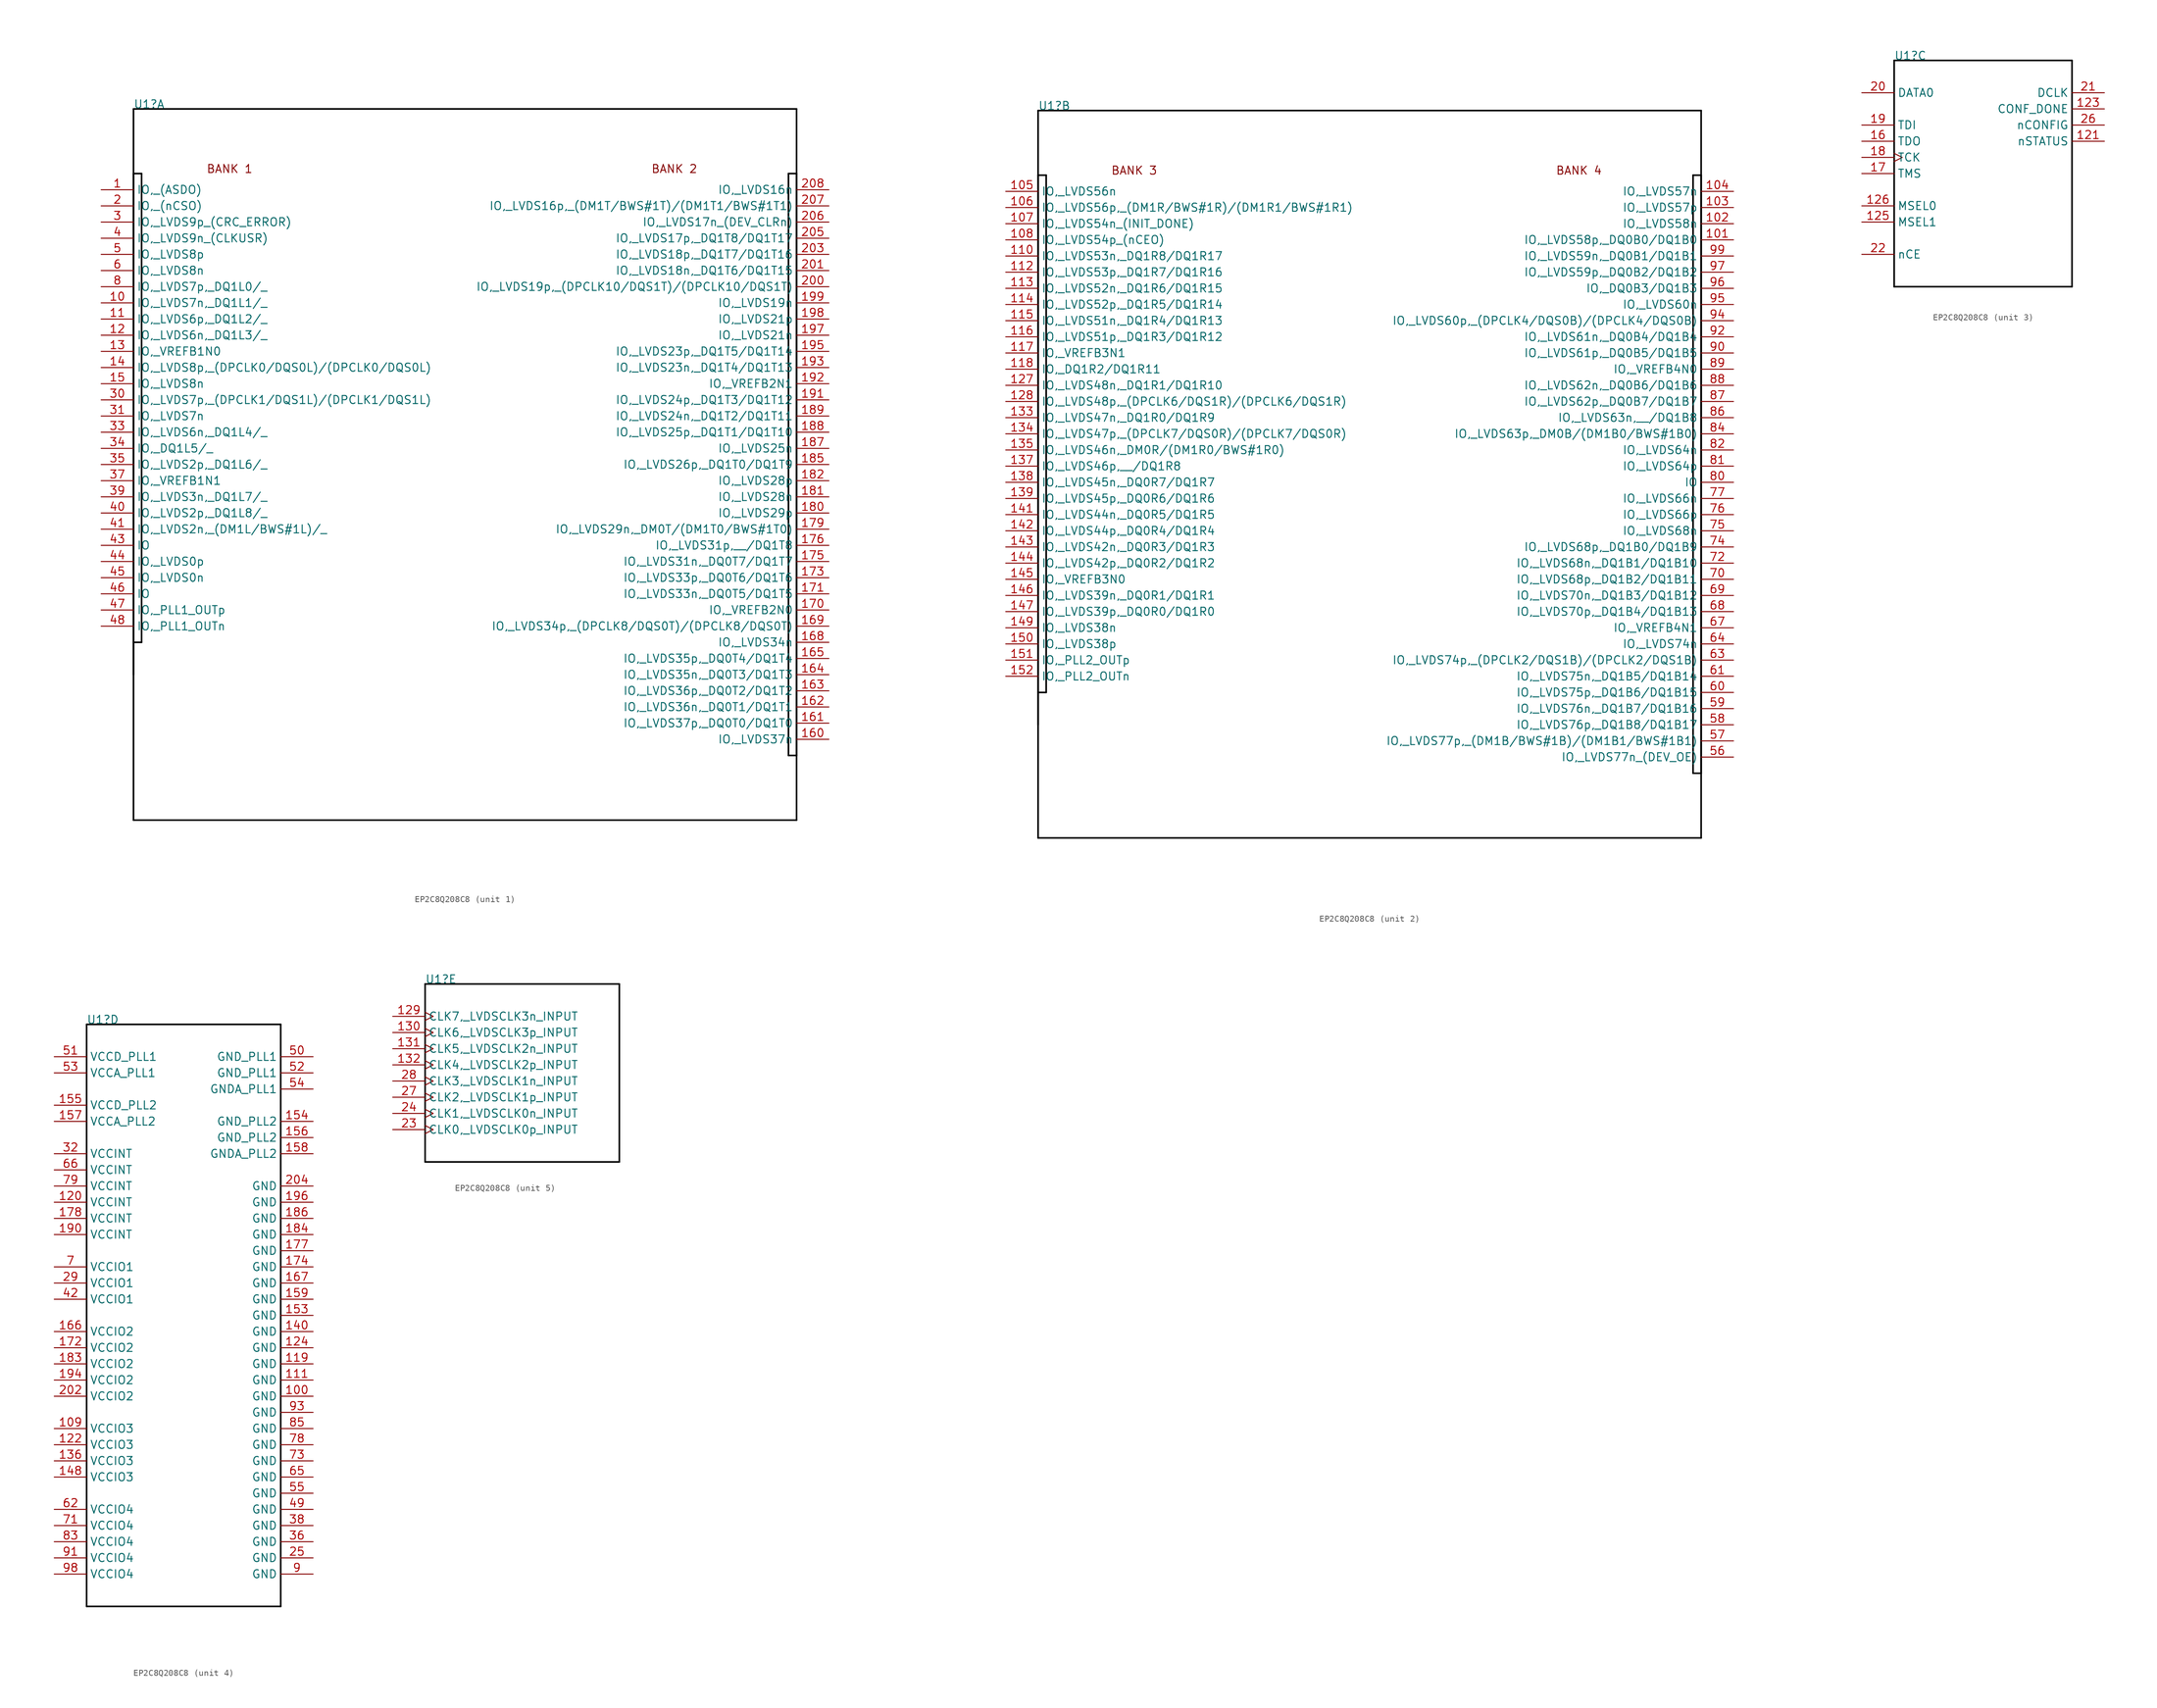
<source format=kicad_sym>
(kicad_symbol_lib
  (version 20220914)
  (generator kicad_symbol_editor)
  (symbol "EP2C8Q208C8"
    (property "Reference" "U1"
      (at 0 0 0)
      (effects (font (size 1.27 1.27)) (justify left bottom)))
    (symbol "EP2C8Q208C8_1_0"
      (polyline (pts (xy 0 -111.76) (xy 0 0)) (stroke (width 0.254) (type solid) (color 0 0 0 1)) (fill (type none)))
      (polyline (pts (xy 0 -111.76) (xy 104.14 -111.76)) (stroke (width 0.254) (type solid) (color 0 0 0 1)) (fill (type none)))
      (polyline (pts (xy 0 -88.9) (xy 0 -10.16)) (stroke (width 0.254) (type solid) (color 0 0 0 1)) (fill (type none)))
      (polyline (pts (xy 0 -83.82) (xy 1.27 -83.82)) (stroke (width 0.254) (type solid) (color 0 0 0 1)) (fill (type none)))
      (polyline (pts (xy 0 -10.16) (xy 1.27 -10.16)) (stroke (width 0.254) (type solid) (color 0 0 0 1)) (fill (type none)))
      (polyline (pts (xy 0 0) (xy 104.14 0)) (stroke (width 0.254) (type solid) (color 0 0 0 1)) (fill (type none)))
      (polyline (pts (xy 1.27 -10.16) (xy 1.27 -83.82)) (stroke (width 0.254) (type solid) (color 0 0 0 1)) (fill (type none)))
      (polyline (pts (xy 102.87 -101.6) (xy 102.87 -10.16)) (stroke (width 0.254) (type solid) (color 0 0 0 1)) (fill (type none)))
      (polyline (pts (xy 102.87 -101.6) (xy 104.14 -101.6)) (stroke (width 0.254) (type solid) (color 0 0 0 1)) (fill (type none)))
      (polyline (pts (xy 102.87 -10.16) (xy 104.14 -10.16)) (stroke (width 0.254) (type solid) (color 0 0 0 1)) (fill (type none)))
      (polyline (pts (xy 104.14 -10.16) (xy 104.14 -101.6)) (stroke (width 0.254) (type solid) (color 0 0 0 1)) (fill (type none)))
      (polyline (pts (xy 104.14 0) (xy 104.14 -111.76)) (stroke (width 0.254) (type solid) (color 0 0 0 1)) (fill (type none)))
      (text "BANK 1" (at 11.43 -10.16 0) (effects (font (size 1.27 1.27)) (justify left bottom)))
      (text "BANK 2" (at 81.28 -10.16 0) (effects (font (size 1.27 1.27)) (justify left bottom)))
      (pin bidirectional line (at -5.08 -12.7 0) (length 5.08) (name "IO,_(ASDO)" (effects (font (size 1.27 1.27)))) (number "1" (effects (font (size 1.27 1.27)))))
      (pin bidirectional line (at -5.08 -30.48 0) (length 5.08) (name "IO,_LVDS7n,_DQ1L1/_" (effects (font (size 1.27 1.27)))) (number "10" (effects (font (size 1.27 1.27)))))
      (pin bidirectional line (at -5.08 -33.02 0) (length 5.08) (name "IO,_LVDS6p,_DQ1L2/_" (effects (font (size 1.27 1.27)))) (number "11" (effects (font (size 1.27 1.27)))))
      (pin bidirectional line (at -5.08 -35.56 0) (length 5.08) (name "IO,_LVDS6n,_DQ1L3/_" (effects (font (size 1.27 1.27)))) (number "12" (effects (font (size 1.27 1.27)))))
      (pin bidirectional line (at -5.08 -38.1 0) (length 5.08) (name "IO,_VREFB1N0" (effects (font (size 1.27 1.27)))) (number "13" (effects (font (size 1.27 1.27)))))
      (pin bidirectional line (at -5.08 -40.64 0) (length 5.08) (name "IO,_LVDS8p,_(DPCLK0/DQS0L)/(DPCLK0/DQS0L)" (effects (font (size 1.27 1.27)))) (number "14" (effects (font (size 1.27 1.27)))))
      (pin bidirectional line (at -5.08 -43.18 0) (length 5.08) (name "IO,_LVDS8n" (effects (font (size 1.27 1.27)))) (number "15" (effects (font (size 1.27 1.27)))))
      (pin bidirectional line (at 109.22 -99.06 180) (length 5.08) (name "IO,_LVDS37n" (effects (font (size 1.27 1.27)))) (number "160" (effects (font (size 1.27 1.27)))))
      (pin bidirectional line (at 109.22 -96.52 180) (length 5.08) (name "IO,_LVDS37p,_DQ0T0/DQ1T0" (effects (font (size 1.27 1.27)))) (number "161" (effects (font (size 1.27 1.27)))))
      (pin bidirectional line (at 109.22 -93.98 180) (length 5.08) (name "IO,_LVDS36n,_DQ0T1/DQ1T1" (effects (font (size 1.27 1.27)))) (number "162" (effects (font (size 1.27 1.27)))))
      (pin bidirectional line (at 109.22 -91.44 180) (length 5.08) (name "IO,_LVDS36p,_DQ0T2/DQ1T2" (effects (font (size 1.27 1.27)))) (number "163" (effects (font (size 1.27 1.27)))))
      (pin bidirectional line (at 109.22 -88.9 180) (length 5.08) (name "IO,_LVDS35n,_DQ0T3/DQ1T3" (effects (font (size 1.27 1.27)))) (number "164" (effects (font (size 1.27 1.27)))))
      (pin bidirectional line (at 109.22 -86.36 180) (length 5.08) (name "IO,_LVDS35p,_DQ0T4/DQ1T4" (effects (font (size 1.27 1.27)))) (number "165" (effects (font (size 1.27 1.27)))))
      (pin bidirectional line (at 109.22 -83.82 180) (length 5.08) (name "IO,_LVDS34n" (effects (font (size 1.27 1.27)))) (number "168" (effects (font (size 1.27 1.27)))))
      (pin bidirectional line (at 109.22 -81.28 180) (length 5.08) (name "IO,_LVDS34p,_(DPCLK8/DQS0T)/(DPCLK8/DQS0T)" (effects (font (size 1.27 1.27)))) (number "169" (effects (font (size 1.27 1.27)))))
      (pin bidirectional line (at 109.22 -78.74 180) (length 5.08) (name "IO,_VREFB2N0" (effects (font (size 1.27 1.27)))) (number "170" (effects (font (size 1.27 1.27)))))
      (pin bidirectional line (at 109.22 -76.2 180) (length 5.08) (name "IO,_LVDS33n,_DQ0T5/DQ1T5" (effects (font (size 1.27 1.27)))) (number "171" (effects (font (size 1.27 1.27)))))
      (pin bidirectional line (at 109.22 -73.66 180) (length 5.08) (name "IO,_LVDS33p,_DQ0T6/DQ1T6" (effects (font (size 1.27 1.27)))) (number "173" (effects (font (size 1.27 1.27)))))
      (pin bidirectional line (at 109.22 -71.12 180) (length 5.08) (name "IO,_LVDS31n,_DQ0T7/DQ1T7" (effects (font (size 1.27 1.27)))) (number "175" (effects (font (size 1.27 1.27)))))
      (pin bidirectional line (at 109.22 -68.58 180) (length 5.08) (name "IO,_LVDS31p,__/DQ1T8" (effects (font (size 1.27 1.27)))) (number "176" (effects (font (size 1.27 1.27)))))
      (pin bidirectional line (at 109.22 -66.04 180) (length 5.08) (name "IO,_LVDS29n,_DM0T/(DM1T0/BWS#1T0)" (effects (font (size 1.27 1.27)))) (number "179" (effects (font (size 1.27 1.27)))))
      (pin bidirectional line (at 109.22 -63.5 180) (length 5.08) (name "IO,_LVDS29p" (effects (font (size 1.27 1.27)))) (number "180" (effects (font (size 1.27 1.27)))))
      (pin bidirectional line (at 109.22 -60.96 180) (length 5.08) (name "IO,_LVDS28n" (effects (font (size 1.27 1.27)))) (number "181" (effects (font (size 1.27 1.27)))))
      (pin bidirectional line (at 109.22 -58.42 180) (length 5.08) (name "IO,_LVDS28p" (effects (font (size 1.27 1.27)))) (number "182" (effects (font (size 1.27 1.27)))))
      (pin bidirectional line (at 109.22 -55.88 180) (length 5.08) (name "IO,_LVDS26p,_DQ1T0/DQ1T9" (effects (font (size 1.27 1.27)))) (number "185" (effects (font (size 1.27 1.27)))))
      (pin bidirectional line (at 109.22 -53.34 180) (length 5.08) (name "IO,_LVDS25n" (effects (font (size 1.27 1.27)))) (number "187" (effects (font (size 1.27 1.27)))))
      (pin bidirectional line (at 109.22 -50.8 180) (length 5.08) (name "IO,_LVDS25p,_DQ1T1/DQ1T10" (effects (font (size 1.27 1.27)))) (number "188" (effects (font (size 1.27 1.27)))))
      (pin bidirectional line (at 109.22 -48.26 180) (length 5.08) (name "IO,_LVDS24n,_DQ1T2/DQ1T11" (effects (font (size 1.27 1.27)))) (number "189" (effects (font (size 1.27 1.27)))))
      (pin bidirectional line (at 109.22 -45.72 180) (length 5.08) (name "IO,_LVDS24p,_DQ1T3/DQ1T12" (effects (font (size 1.27 1.27)))) (number "191" (effects (font (size 1.27 1.27)))))
      (pin bidirectional line (at 109.22 -43.18 180) (length 5.08) (name "IO,_VREFB2N1" (effects (font (size 1.27 1.27)))) (number "192" (effects (font (size 1.27 1.27)))))
      (pin bidirectional line (at 109.22 -40.64 180) (length 5.08) (name "IO,_LVDS23n,_DQ1T4/DQ1T13" (effects (font (size 1.27 1.27)))) (number "193" (effects (font (size 1.27 1.27)))))
      (pin bidirectional line (at 109.22 -38.1 180) (length 5.08) (name "IO,_LVDS23p,_DQ1T5/DQ1T14" (effects (font (size 1.27 1.27)))) (number "195" (effects (font (size 1.27 1.27)))))
      (pin bidirectional line (at 109.22 -35.56 180) (length 5.08) (name "IO,_LVDS21n" (effects (font (size 1.27 1.27)))) (number "197" (effects (font (size 1.27 1.27)))))
      (pin bidirectional line (at 109.22 -33.02 180) (length 5.08) (name "IO,_LVDS21p" (effects (font (size 1.27 1.27)))) (number "198" (effects (font (size 1.27 1.27)))))
      (pin bidirectional line (at 109.22 -30.48 180) (length 5.08) (name "IO,_LVDS19n" (effects (font (size 1.27 1.27)))) (number "199" (effects (font (size 1.27 1.27)))))
      (pin bidirectional line (at -5.08 -15.24 0) (length 5.08) (name "IO,_(nCSO)" (effects (font (size 1.27 1.27)))) (number "2" (effects (font (size 1.27 1.27)))))
      (pin bidirectional line (at 109.22 -27.94 180) (length 5.08) (name "IO,_LVDS19p,_(DPCLK10/DQS1T)/(DPCLK10/DQS1T)" (effects (font (size 1.27 1.27)))) (number "200" (effects (font (size 1.27 1.27)))))
      (pin bidirectional line (at 109.22 -25.4 180) (length 5.08) (name "IO,_LVDS18n,_DQ1T6/DQ1T15" (effects (font (size 1.27 1.27)))) (number "201" (effects (font (size 1.27 1.27)))))
      (pin bidirectional line (at 109.22 -22.86 180) (length 5.08) (name "IO,_LVDS18p,_DQ1T7/DQ1T16" (effects (font (size 1.27 1.27)))) (number "203" (effects (font (size 1.27 1.27)))))
      (pin bidirectional line (at 109.22 -20.32 180) (length 5.08) (name "IO,_LVDS17p,_DQ1T8/DQ1T17" (effects (font (size 1.27 1.27)))) (number "205" (effects (font (size 1.27 1.27)))))
      (pin bidirectional line (at 109.22 -17.78 180) (length 5.08) (name "IO,_LVDS17n_(DEV_CLRn)" (effects (font (size 1.27 1.27)))) (number "206" (effects (font (size 1.27 1.27)))))
      (pin bidirectional line (at 109.22 -15.24 180) (length 5.08) (name "IO,_LVDS16p,_(DM1T/BWS#1T)/(DM1T1/BWS#1T1)" (effects (font (size 1.27 1.27)))) (number "207" (effects (font (size 1.27 1.27)))))
      (pin bidirectional line (at 109.22 -12.7 180) (length 5.08) (name "IO,_LVDS16n" (effects (font (size 1.27 1.27)))) (number "208" (effects (font (size 1.27 1.27)))))
      (pin bidirectional line (at -5.08 -17.78 0) (length 5.08) (name "IO,_LVDS9p_(CRC_ERROR)" (effects (font (size 1.27 1.27)))) (number "3" (effects (font (size 1.27 1.27)))))
      (pin bidirectional line (at -5.08 -45.72 0) (length 5.08) (name "IO,_LVDS7p,_(DPCLK1/DQS1L)/(DPCLK1/DQS1L)" (effects (font (size 1.27 1.27)))) (number "30" (effects (font (size 1.27 1.27)))))
      (pin bidirectional line (at -5.08 -48.26 0) (length 5.08) (name "IO,_LVDS7n" (effects (font (size 1.27 1.27)))) (number "31" (effects (font (size 1.27 1.27)))))
      (pin bidirectional line (at -5.08 -50.8 0) (length 5.08) (name "IO,_LVDS6n,_DQ1L4/_" (effects (font (size 1.27 1.27)))) (number "33" (effects (font (size 1.27 1.27)))))
      (pin bidirectional line (at -5.08 -53.34 0) (length 5.08) (name "IO,_DQ1L5/_" (effects (font (size 1.27 1.27)))) (number "34" (effects (font (size 1.27 1.27)))))
      (pin bidirectional line (at -5.08 -55.88 0) (length 5.08) (name "IO,_LVDS2p,_DQ1L6/_" (effects (font (size 1.27 1.27)))) (number "35" (effects (font (size 1.27 1.27)))))
      (pin bidirectional line (at -5.08 -58.42 0) (length 5.08) (name "IO,_VREFB1N1" (effects (font (size 1.27 1.27)))) (number "37" (effects (font (size 1.27 1.27)))))
      (pin bidirectional line (at -5.08 -60.96 0) (length 5.08) (name "IO,_LVDS3n,_DQ1L7/_" (effects (font (size 1.27 1.27)))) (number "39" (effects (font (size 1.27 1.27)))))
      (pin bidirectional line (at -5.08 -20.32 0) (length 5.08) (name "IO,_LVDS9n_(CLKUSR)" (effects (font (size 1.27 1.27)))) (number "4" (effects (font (size 1.27 1.27)))))
      (pin bidirectional line (at -5.08 -63.5 0) (length 5.08) (name "IO,_LVDS2p,_DQ1L8/_" (effects (font (size 1.27 1.27)))) (number "40" (effects (font (size 1.27 1.27)))))
      (pin bidirectional line (at -5.08 -66.04 0) (length 5.08) (name "IO,_LVDS2n,_(DM1L/BWS#1L)/_" (effects (font (size 1.27 1.27)))) (number "41" (effects (font (size 1.27 1.27)))))
      (pin bidirectional line (at -5.08 -68.58 0) (length 5.08) (name "IO" (effects (font (size 1.27 1.27)))) (number "43" (effects (font (size 1.27 1.27)))))
      (pin bidirectional line (at -5.08 -71.12 0) (length 5.08) (name "IO,_LVDS0p" (effects (font (size 1.27 1.27)))) (number "44" (effects (font (size 1.27 1.27)))))
      (pin bidirectional line (at -5.08 -73.66 0) (length 5.08) (name "IO,_LVDS0n" (effects (font (size 1.27 1.27)))) (number "45" (effects (font (size 1.27 1.27)))))
      (pin bidirectional line (at -5.08 -76.2 0) (length 5.08) (name "IO" (effects (font (size 1.27 1.27)))) (number "46" (effects (font (size 1.27 1.27)))))
      (pin bidirectional line (at -5.08 -78.74 0) (length 5.08) (name "IO,_PLL1_OUTp" (effects (font (size 1.27 1.27)))) (number "47" (effects (font (size 1.27 1.27)))))
      (pin bidirectional line (at -5.08 -81.28 0) (length 5.08) (name "IO,_PLL1_OUTn" (effects (font (size 1.27 1.27)))) (number "48" (effects (font (size 1.27 1.27)))))
      (pin bidirectional line (at -5.08 -22.86 0) (length 5.08) (name "IO,_LVDS8p" (effects (font (size 1.27 1.27)))) (number "5" (effects (font (size 1.27 1.27)))))
      (pin bidirectional line (at -5.08 -25.4 0) (length 5.08) (name "IO,_LVDS8n" (effects (font (size 1.27 1.27)))) (number "6" (effects (font (size 1.27 1.27)))))
      (pin bidirectional line (at -5.08 -27.94 0) (length 5.08) (name "IO,_LVDS7p,_DQ1L0/_" (effects (font (size 1.27 1.27)))) (number "8" (effects (font (size 1.27 1.27))))))
    (symbol "EP2C8Q208C8_2_0"
      (polyline (pts (xy 0 -114.3) (xy 0 0)) (stroke (width 0.254) (type solid) (color 0 0 0 1)) (fill (type none)))
      (polyline (pts (xy 0 -114.3) (xy 104.14 -114.3)) (stroke (width 0.254) (type solid) (color 0 0 0 1)) (fill (type none)))
      (polyline (pts (xy 0 -96.52) (xy 0 -10.16)) (stroke (width 0.254) (type solid) (color 0 0 0 1)) (fill (type none)))
      (polyline (pts (xy 0 -91.44) (xy 1.27 -91.44)) (stroke (width 0.254) (type solid) (color 0 0 0 1)) (fill (type none)))
      (polyline (pts (xy 0 -10.16) (xy 1.27 -10.16)) (stroke (width 0.254) (type solid) (color 0 0 0 1)) (fill (type none)))
      (polyline (pts (xy 0 0) (xy 104.14 0)) (stroke (width 0.254) (type solid) (color 0 0 0 1)) (fill (type none)))
      (polyline (pts (xy 1.27 -10.16) (xy 1.27 -91.44)) (stroke (width 0.254) (type solid) (color 0 0 0 1)) (fill (type none)))
      (polyline (pts (xy 102.87 -104.14) (xy 102.87 -10.16)) (stroke (width 0.254) (type solid) (color 0 0 0 1)) (fill (type none)))
      (polyline (pts (xy 102.87 -104.14) (xy 104.14 -104.14)) (stroke (width 0.254) (type solid) (color 0 0 0 1)) (fill (type none)))
      (polyline (pts (xy 102.87 -10.16) (xy 104.14 -10.16)) (stroke (width 0.254) (type solid) (color 0 0 0 1)) (fill (type none)))
      (polyline (pts (xy 104.14 -10.16) (xy 104.14 -104.14)) (stroke (width 0.254) (type solid) (color 0 0 0 1)) (fill (type none)))
      (polyline (pts (xy 104.14 0) (xy 104.14 -114.3)) (stroke (width 0.254) (type solid) (color 0 0 0 1)) (fill (type none)))
      (text "BANK 3" (at 11.43 -10.16 0) (effects (font (size 1.27 1.27)) (justify left bottom)))
      (text "BANK 4" (at 81.28 -10.16 0) (effects (font (size 1.27 1.27)) (justify left bottom)))
      (pin bidirectional line (at 109.22 -20.32 180) (length 5.08) (name "IO,_LVDS58p,_DQ0B0/DQ1B0" (effects (font (size 1.27 1.27)))) (number "101" (effects (font (size 1.27 1.27)))))
      (pin bidirectional line (at 109.22 -17.78 180) (length 5.08) (name "IO,_LVDS58n" (effects (font (size 1.27 1.27)))) (number "102" (effects (font (size 1.27 1.27)))))
      (pin bidirectional line (at 109.22 -15.24 180) (length 5.08) (name "IO,_LVDS57p" (effects (font (size 1.27 1.27)))) (number "103" (effects (font (size 1.27 1.27)))))
      (pin bidirectional line (at 109.22 -12.7 180) (length 5.08) (name "IO,_LVDS57n" (effects (font (size 1.27 1.27)))) (number "104" (effects (font (size 1.27 1.27)))))
      (pin bidirectional line (at -5.08 -12.7 0) (length 5.08) (name "IO,_LVDS56n" (effects (font (size 1.27 1.27)))) (number "105" (effects (font (size 1.27 1.27)))))
      (pin bidirectional line (at -5.08 -15.24 0) (length 5.08) (name "IO,_LVDS56p,_(DM1R/BWS#1R)/(DM1R1/BWS#1R1)" (effects (font (size 1.27 1.27)))) (number "106" (effects (font (size 1.27 1.27)))))
      (pin bidirectional line (at -5.08 -17.78 0) (length 5.08) (name "IO,_LVDS54n_(INIT_DONE)" (effects (font (size 1.27 1.27)))) (number "107" (effects (font (size 1.27 1.27)))))
      (pin bidirectional line (at -5.08 -20.32 0) (length 5.08) (name "IO,_LVDS54p_(nCEO)" (effects (font (size 1.27 1.27)))) (number "108" (effects (font (size 1.27 1.27)))))
      (pin bidirectional line (at -5.08 -22.86 0) (length 5.08) (name "IO,_LVDS53n,_DQ1R8/DQ1R17" (effects (font (size 1.27 1.27)))) (number "110" (effects (font (size 1.27 1.27)))))
      (pin bidirectional line (at -5.08 -25.4 0) (length 5.08) (name "IO,_LVDS53p,_DQ1R7/DQ1R16" (effects (font (size 1.27 1.27)))) (number "112" (effects (font (size 1.27 1.27)))))
      (pin bidirectional line (at -5.08 -27.94 0) (length 5.08) (name "IO,_LVDS52n,_DQ1R6/DQ1R15" (effects (font (size 1.27 1.27)))) (number "113" (effects (font (size 1.27 1.27)))))
      (pin bidirectional line (at -5.08 -30.48 0) (length 5.08) (name "IO,_LVDS52p,_DQ1R5/DQ1R14" (effects (font (size 1.27 1.27)))) (number "114" (effects (font (size 1.27 1.27)))))
      (pin bidirectional line (at -5.08 -33.02 0) (length 5.08) (name "IO,_LVDS51n,_DQ1R4/DQ1R13" (effects (font (size 1.27 1.27)))) (number "115" (effects (font (size 1.27 1.27)))))
      (pin bidirectional line (at -5.08 -35.56 0) (length 5.08) (name "IO,_LVDS51p,_DQ1R3/DQ1R12" (effects (font (size 1.27 1.27)))) (number "116" (effects (font (size 1.27 1.27)))))
      (pin bidirectional line (at -5.08 -38.1 0) (length 5.08) (name "IO,_VREFB3N1" (effects (font (size 1.27 1.27)))) (number "117" (effects (font (size 1.27 1.27)))))
      (pin bidirectional line (at -5.08 -40.64 0) (length 5.08) (name "IO,_DQ1R2/DQ1R11" (effects (font (size 1.27 1.27)))) (number "118" (effects (font (size 1.27 1.27)))))
      (pin bidirectional line (at -5.08 -43.18 0) (length 5.08) (name "IO,_LVDS48n,_DQ1R1/DQ1R10" (effects (font (size 1.27 1.27)))) (number "127" (effects (font (size 1.27 1.27)))))
      (pin bidirectional line (at -5.08 -45.72 0) (length 5.08) (name "IO,_LVDS48p,_(DPCLK6/DQS1R)/(DPCLK6/DQS1R)" (effects (font (size 1.27 1.27)))) (number "128" (effects (font (size 1.27 1.27)))))
      (pin bidirectional line (at -5.08 -48.26 0) (length 5.08) (name "IO,_LVDS47n,_DQ1R0/DQ1R9" (effects (font (size 1.27 1.27)))) (number "133" (effects (font (size 1.27 1.27)))))
      (pin bidirectional line (at -5.08 -50.8 0) (length 5.08) (name "IO,_LVDS47p,_(DPCLK7/DQS0R)/(DPCLK7/DQS0R)" (effects (font (size 1.27 1.27)))) (number "134" (effects (font (size 1.27 1.27)))))
      (pin bidirectional line (at -5.08 -53.34 0) (length 5.08) (name "IO,_LVDS46n,_DM0R/(DM1R0/BWS#1R0)" (effects (font (size 1.27 1.27)))) (number "135" (effects (font (size 1.27 1.27)))))
      (pin bidirectional line (at -5.08 -55.88 0) (length 5.08) (name "IO,_LVDS46p,__/DQ1R8" (effects (font (size 1.27 1.27)))) (number "137" (effects (font (size 1.27 1.27)))))
      (pin bidirectional line (at -5.08 -58.42 0) (length 5.08) (name "IO,_LVDS45n,_DQ0R7/DQ1R7" (effects (font (size 1.27 1.27)))) (number "138" (effects (font (size 1.27 1.27)))))
      (pin bidirectional line (at -5.08 -60.96 0) (length 5.08) (name "IO,_LVDS45p,_DQ0R6/DQ1R6" (effects (font (size 1.27 1.27)))) (number "139" (effects (font (size 1.27 1.27)))))
      (pin bidirectional line (at -5.08 -63.5 0) (length 5.08) (name "IO,_LVDS44n,_DQ0R5/DQ1R5" (effects (font (size 1.27 1.27)))) (number "141" (effects (font (size 1.27 1.27)))))
      (pin bidirectional line (at -5.08 -66.04 0) (length 5.08) (name "IO,_LVDS44p,_DQ0R4/DQ1R4" (effects (font (size 1.27 1.27)))) (number "142" (effects (font (size 1.27 1.27)))))
      (pin bidirectional line (at -5.08 -68.58 0) (length 5.08) (name "IO,_LVDS42n,_DQ0R3/DQ1R3" (effects (font (size 1.27 1.27)))) (number "143" (effects (font (size 1.27 1.27)))))
      (pin bidirectional line (at -5.08 -71.12 0) (length 5.08) (name "IO,_LVDS42p,_DQ0R2/DQ1R2" (effects (font (size 1.27 1.27)))) (number "144" (effects (font (size 1.27 1.27)))))
      (pin bidirectional line (at -5.08 -73.66 0) (length 5.08) (name "IO,_VREFB3N0" (effects (font (size 1.27 1.27)))) (number "145" (effects (font (size 1.27 1.27)))))
      (pin bidirectional line (at -5.08 -76.2 0) (length 5.08) (name "IO,_LVDS39n,_DQ0R1/DQ1R1" (effects (font (size 1.27 1.27)))) (number "146" (effects (font (size 1.27 1.27)))))
      (pin bidirectional line (at -5.08 -78.74 0) (length 5.08) (name "IO,_LVDS39p,_DQ0R0/DQ1R0" (effects (font (size 1.27 1.27)))) (number "147" (effects (font (size 1.27 1.27)))))
      (pin bidirectional line (at -5.08 -81.28 0) (length 5.08) (name "IO,_LVDS38n" (effects (font (size 1.27 1.27)))) (number "149" (effects (font (size 1.27 1.27)))))
      (pin bidirectional line (at -5.08 -83.82 0) (length 5.08) (name "IO,_LVDS38p" (effects (font (size 1.27 1.27)))) (number "150" (effects (font (size 1.27 1.27)))))
      (pin bidirectional line (at -5.08 -86.36 0) (length 5.08) (name "IO,_PLL2_OUTp" (effects (font (size 1.27 1.27)))) (number "151" (effects (font (size 1.27 1.27)))))
      (pin bidirectional line (at -5.08 -88.9 0) (length 5.08) (name "IO,_PLL2_OUTn" (effects (font (size 1.27 1.27)))) (number "152" (effects (font (size 1.27 1.27)))))
      (pin bidirectional line (at 109.22 -101.6 180) (length 5.08) (name "IO,_LVDS77n_(DEV_OE)" (effects (font (size 1.27 1.27)))) (number "56" (effects (font (size 1.27 1.27)))))
      (pin bidirectional line (at 109.22 -99.06 180) (length 5.08) (name "IO,_LVDS77p,_(DM1B/BWS#1B)/(DM1B1/BWS#1B1)" (effects (font (size 1.27 1.27)))) (number "57" (effects (font (size 1.27 1.27)))))
      (pin bidirectional line (at 109.22 -96.52 180) (length 5.08) (name "IO,_LVDS76p,_DQ1B8/DQ1B17" (effects (font (size 1.27 1.27)))) (number "58" (effects (font (size 1.27 1.27)))))
      (pin bidirectional line (at 109.22 -93.98 180) (length 5.08) (name "IO,_LVDS76n,_DQ1B7/DQ1B16" (effects (font (size 1.27 1.27)))) (number "59" (effects (font (size 1.27 1.27)))))
      (pin bidirectional line (at 109.22 -91.44 180) (length 5.08) (name "IO,_LVDS75p,_DQ1B6/DQ1B15" (effects (font (size 1.27 1.27)))) (number "60" (effects (font (size 1.27 1.27)))))
      (pin bidirectional line (at 109.22 -88.9 180) (length 5.08) (name "IO,_LVDS75n,_DQ1B5/DQ1B14" (effects (font (size 1.27 1.27)))) (number "61" (effects (font (size 1.27 1.27)))))
      (pin bidirectional line (at 109.22 -86.36 180) (length 5.08) (name "IO,_LVDS74p,_(DPCLK2/DQS1B)/(DPCLK2/DQS1B)" (effects (font (size 1.27 1.27)))) (number "63" (effects (font (size 1.27 1.27)))))
      (pin bidirectional line (at 109.22 -83.82 180) (length 5.08) (name "IO,_LVDS74n" (effects (font (size 1.27 1.27)))) (number "64" (effects (font (size 1.27 1.27)))))
      (pin bidirectional line (at 109.22 -81.28 180) (length 5.08) (name "IO,_VREFB4N1" (effects (font (size 1.27 1.27)))) (number "67" (effects (font (size 1.27 1.27)))))
      (pin bidirectional line (at 109.22 -78.74 180) (length 5.08) (name "IO,_LVDS70p,_DQ1B4/DQ1B13" (effects (font (size 1.27 1.27)))) (number "68" (effects (font (size 1.27 1.27)))))
      (pin bidirectional line (at 109.22 -76.2 180) (length 5.08) (name "IO,_LVDS70n,_DQ1B3/DQ1B12" (effects (font (size 1.27 1.27)))) (number "69" (effects (font (size 1.27 1.27)))))
      (pin bidirectional line (at 109.22 -73.66 180) (length 5.08) (name "IO,_LVDS68p,_DQ1B2/DQ1B11" (effects (font (size 1.27 1.27)))) (number "70" (effects (font (size 1.27 1.27)))))
      (pin bidirectional line (at 109.22 -71.12 180) (length 5.08) (name "IO,_LVDS68n,_DQ1B1/DQ1B10" (effects (font (size 1.27 1.27)))) (number "72" (effects (font (size 1.27 1.27)))))
      (pin bidirectional line (at 109.22 -68.58 180) (length 5.08) (name "IO,_LVDS68p,_DQ1B0/DQ1B9" (effects (font (size 1.27 1.27)))) (number "74" (effects (font (size 1.27 1.27)))))
      (pin bidirectional line (at 109.22 -66.04 180) (length 5.08) (name "IO,_LVDS68n" (effects (font (size 1.27 1.27)))) (number "75" (effects (font (size 1.27 1.27)))))
      (pin bidirectional line (at 109.22 -63.5 180) (length 5.08) (name "IO,_LVDS66p" (effects (font (size 1.27 1.27)))) (number "76" (effects (font (size 1.27 1.27)))))
      (pin bidirectional line (at 109.22 -60.96 180) (length 5.08) (name "IO,_LVDS66n" (effects (font (size 1.27 1.27)))) (number "77" (effects (font (size 1.27 1.27)))))
      (pin bidirectional line (at 109.22 -58.42 180) (length 5.08) (name "IO" (effects (font (size 1.27 1.27)))) (number "80" (effects (font (size 1.27 1.27)))))
      (pin bidirectional line (at 109.22 -55.88 180) (length 5.08) (name "IO,_LVDS64p" (effects (font (size 1.27 1.27)))) (number "81" (effects (font (size 1.27 1.27)))))
      (pin bidirectional line (at 109.22 -53.34 180) (length 5.08) (name "IO,_LVDS64n" (effects (font (size 1.27 1.27)))) (number "82" (effects (font (size 1.27 1.27)))))
      (pin bidirectional line (at 109.22 -50.8 180) (length 5.08) (name "IO,_LVDS63p,_DM0B/(DM1B0/BWS#1B0)" (effects (font (size 1.27 1.27)))) (number "84" (effects (font (size 1.27 1.27)))))
      (pin bidirectional line (at 109.22 -48.26 180) (length 5.08) (name "IO,_LVDS63n,__/DQ1B8" (effects (font (size 1.27 1.27)))) (number "86" (effects (font (size 1.27 1.27)))))
      (pin bidirectional line (at 109.22 -45.72 180) (length 5.08) (name "IO,_LVDS62p,_DQ0B7/DQ1B7" (effects (font (size 1.27 1.27)))) (number "87" (effects (font (size 1.27 1.27)))))
      (pin bidirectional line (at 109.22 -43.18 180) (length 5.08) (name "IO,_LVDS62n,_DQ0B6/DQ1B6" (effects (font (size 1.27 1.27)))) (number "88" (effects (font (size 1.27 1.27)))))
      (pin bidirectional line (at 109.22 -40.64 180) (length 5.08) (name "IO,_VREFB4N0" (effects (font (size 1.27 1.27)))) (number "89" (effects (font (size 1.27 1.27)))))
      (pin bidirectional line (at 109.22 -38.1 180) (length 5.08) (name "IO,_LVDS61p,_DQ0B5/DQ1B5" (effects (font (size 1.27 1.27)))) (number "90" (effects (font (size 1.27 1.27)))))
      (pin bidirectional line (at 109.22 -35.56 180) (length 5.08) (name "IO,_LVDS61n,_DQ0B4/DQ1B4" (effects (font (size 1.27 1.27)))) (number "92" (effects (font (size 1.27 1.27)))))
      (pin bidirectional line (at 109.22 -33.02 180) (length 5.08) (name "IO,_LVDS60p,_(DPCLK4/DQS0B)/(DPCLK4/DQS0B)" (effects (font (size 1.27 1.27)))) (number "94" (effects (font (size 1.27 1.27)))))
      (pin bidirectional line (at 109.22 -30.48 180) (length 5.08) (name "IO,_LVDS60n" (effects (font (size 1.27 1.27)))) (number "95" (effects (font (size 1.27 1.27)))))
      (pin bidirectional line (at 109.22 -27.94 180) (length 5.08) (name "IO,_DQ0B3/DQ1B3" (effects (font (size 1.27 1.27)))) (number "96" (effects (font (size 1.27 1.27)))))
      (pin bidirectional line (at 109.22 -25.4 180) (length 5.08) (name "IO,_LVDS59p,_DQ0B2/DQ1B2" (effects (font (size 1.27 1.27)))) (number "97" (effects (font (size 1.27 1.27)))))
      (pin bidirectional line (at 109.22 -22.86 180) (length 5.08) (name "IO,_LVDS59n,_DQ0B1/DQ1B1" (effects (font (size 1.27 1.27)))) (number "99" (effects (font (size 1.27 1.27))))))
    (symbol "EP2C8Q208C8_3_0"
      (polyline (pts (xy 0 -35.56) (xy 0 0)) (stroke (width 0.254) (type solid) (color 0 0 0 1)) (fill (type none)))
      (polyline (pts (xy 0 -35.56) (xy 27.94 -35.56)) (stroke (width 0.254) (type solid) (color 0 0 0 1)) (fill (type none)))
      (polyline (pts (xy 0 0) (xy 27.94 0)) (stroke (width 0.254) (type solid) (color 0 0 0 1)) (fill (type none)))
      (polyline (pts (xy 27.94 0) (xy 27.94 -35.56)) (stroke (width 0.254) (type solid) (color 0 0 0 1)) (fill (type none)))
      (pin bidirectional line (at 33.02 -12.7 180) (length 5.08) (name "nSTATUS" (effects (font (size 1.27 1.27)))) (number "121" (effects (font (size 1.27 1.27)))))
      (pin bidirectional line (at 33.02 -7.62 180) (length 5.08) (name "CONF_DONE" (effects (font (size 1.27 1.27)))) (number "123" (effects (font (size 1.27 1.27)))))
      (pin input line (at -5.08 -25.4 0) (length 5.08) (name "MSEL1" (effects (font (size 1.27 1.27)))) (number "125" (effects (font (size 1.27 1.27)))))
      (pin input line (at -5.08 -22.86 0) (length 5.08) (name "MSEL0" (effects (font (size 1.27 1.27)))) (number "126" (effects (font (size 1.27 1.27)))))
      (pin output line (at -5.08 -12.7 0) (length 5.08) (name "TDO" (effects (font (size 1.27 1.27)))) (number "16" (effects (font (size 1.27 1.27)))))
      (pin input line (at -5.08 -17.78 0) (length 5.08) (name "TMS" (effects (font (size 1.27 1.27)))) (number "17" (effects (font (size 1.27 1.27)))))
      (pin input clock (at -5.08 -15.24 0) (length 5.08) (name "TCK" (effects (font (size 1.27 1.27)))) (number "18" (effects (font (size 1.27 1.27)))))
      (pin input line (at -5.08 -10.16 0) (length 5.08) (name "TDI" (effects (font (size 1.27 1.27)))) (number "19" (effects (font (size 1.27 1.27)))))
      (pin bidirectional line (at -5.08 -5.08 0) (length 5.08) (name "DATA0" (effects (font (size 1.27 1.27)))) (number "20" (effects (font (size 1.27 1.27)))))
      (pin bidirectional line (at 33.02 -5.08 180) (length 5.08) (name "DCLK" (effects (font (size 1.27 1.27)))) (number "21" (effects (font (size 1.27 1.27)))))
      (pin input line (at -5.08 -30.48 0) (length 5.08) (name "nCE" (effects (font (size 1.27 1.27)))) (number "22" (effects (font (size 1.27 1.27)))))
      (pin input line (at 33.02 -10.16 180) (length 5.08) (name "nCONFIG" (effects (font (size 1.27 1.27)))) (number "26" (effects (font (size 1.27 1.27))))))
    (symbol "EP2C8Q208C8_4_0"
      (polyline (pts (xy 0 -91.44) (xy 0 0)) (stroke (width 0.254) (type solid) (color 0 0 0 1)) (fill (type none)))
      (polyline (pts (xy 0 -91.44) (xy 30.48 -91.44)) (stroke (width 0.254) (type solid) (color 0 0 0 1)) (fill (type none)))
      (polyline (pts (xy 0 0) (xy 30.48 0)) (stroke (width 0.254) (type solid) (color 0 0 0 1)) (fill (type none)))
      (polyline (pts (xy 30.48 0) (xy 30.48 -91.44)) (stroke (width 0.254) (type solid) (color 0 0 0 1)) (fill (type none)))
      (pin power_in line (at 35.56 -58.42 180) (length 5.08) (name "GND" (effects (font (size 1.27 1.27)))) (number "100" (effects (font (size 1.27 1.27)))))
      (pin power_in line (at -5.08 -63.5 0) (length 5.08) (name "VCCIO3" (effects (font (size 1.27 1.27)))) (number "109" (effects (font (size 1.27 1.27)))))
      (pin power_in line (at 35.56 -55.88 180) (length 5.08) (name "GND" (effects (font (size 1.27 1.27)))) (number "111" (effects (font (size 1.27 1.27)))))
      (pin power_in line (at 35.56 -53.34 180) (length 5.08) (name "GND" (effects (font (size 1.27 1.27)))) (number "119" (effects (font (size 1.27 1.27)))))
      (pin power_in line (at -5.08 -27.94 0) (length 5.08) (name "VCCINT" (effects (font (size 1.27 1.27)))) (number "120" (effects (font (size 1.27 1.27)))))
      (pin power_in line (at -5.08 -66.04 0) (length 5.08) (name "VCCIO3" (effects (font (size 1.27 1.27)))) (number "122" (effects (font (size 1.27 1.27)))))
      (pin power_in line (at 35.56 -50.8 180) (length 5.08) (name "GND" (effects (font (size 1.27 1.27)))) (number "124" (effects (font (size 1.27 1.27)))))
      (pin power_in line (at -5.08 -68.58 0) (length 5.08) (name "VCCIO3" (effects (font (size 1.27 1.27)))) (number "136" (effects (font (size 1.27 1.27)))))
      (pin power_in line (at 35.56 -48.26 180) (length 5.08) (name "GND" (effects (font (size 1.27 1.27)))) (number "140" (effects (font (size 1.27 1.27)))))
      (pin power_in line (at -5.08 -71.12 0) (length 5.08) (name "VCCIO3" (effects (font (size 1.27 1.27)))) (number "148" (effects (font (size 1.27 1.27)))))
      (pin power_in line (at 35.56 -45.72 180) (length 5.08) (name "GND" (effects (font (size 1.27 1.27)))) (number "153" (effects (font (size 1.27 1.27)))))
      (pin power_in line (at 35.56 -15.24 180) (length 5.08) (name "GND_PLL2" (effects (font (size 1.27 1.27)))) (number "154" (effects (font (size 1.27 1.27)))))
      (pin power_in line (at -5.08 -12.7 0) (length 5.08) (name "VCCD_PLL2" (effects (font (size 1.27 1.27)))) (number "155" (effects (font (size 1.27 1.27)))))
      (pin power_in line (at 35.56 -17.78 180) (length 5.08) (name "GND_PLL2" (effects (font (size 1.27 1.27)))) (number "156" (effects (font (size 1.27 1.27)))))
      (pin power_in line (at -5.08 -15.24 0) (length 5.08) (name "VCCA_PLL2" (effects (font (size 1.27 1.27)))) (number "157" (effects (font (size 1.27 1.27)))))
      (pin power_in line (at 35.56 -20.32 180) (length 5.08) (name "GNDA_PLL2" (effects (font (size 1.27 1.27)))) (number "158" (effects (font (size 1.27 1.27)))))
      (pin power_in line (at 35.56 -43.18 180) (length 5.08) (name "GND" (effects (font (size 1.27 1.27)))) (number "159" (effects (font (size 1.27 1.27)))))
      (pin power_in line (at -5.08 -48.26 0) (length 5.08) (name "VCCIO2" (effects (font (size 1.27 1.27)))) (number "166" (effects (font (size 1.27 1.27)))))
      (pin power_in line (at 35.56 -40.64 180) (length 5.08) (name "GND" (effects (font (size 1.27 1.27)))) (number "167" (effects (font (size 1.27 1.27)))))
      (pin power_in line (at -5.08 -50.8 0) (length 5.08) (name "VCCIO2" (effects (font (size 1.27 1.27)))) (number "172" (effects (font (size 1.27 1.27)))))
      (pin power_in line (at 35.56 -38.1 180) (length 5.08) (name "GND" (effects (font (size 1.27 1.27)))) (number "174" (effects (font (size 1.27 1.27)))))
      (pin power_in line (at 35.56 -35.56 180) (length 5.08) (name "GND" (effects (font (size 1.27 1.27)))) (number "177" (effects (font (size 1.27 1.27)))))
      (pin power_in line (at -5.08 -30.48 0) (length 5.08) (name "VCCINT" (effects (font (size 1.27 1.27)))) (number "178" (effects (font (size 1.27 1.27)))))
      (pin power_in line (at -5.08 -53.34 0) (length 5.08) (name "VCCIO2" (effects (font (size 1.27 1.27)))) (number "183" (effects (font (size 1.27 1.27)))))
      (pin power_in line (at 35.56 -33.02 180) (length 5.08) (name "GND" (effects (font (size 1.27 1.27)))) (number "184" (effects (font (size 1.27 1.27)))))
      (pin power_in line (at 35.56 -30.48 180) (length 5.08) (name "GND" (effects (font (size 1.27 1.27)))) (number "186" (effects (font (size 1.27 1.27)))))
      (pin power_in line (at -5.08 -33.02 0) (length 5.08) (name "VCCINT" (effects (font (size 1.27 1.27)))) (number "190" (effects (font (size 1.27 1.27)))))
      (pin power_in line (at -5.08 -55.88 0) (length 5.08) (name "VCCIO2" (effects (font (size 1.27 1.27)))) (number "194" (effects (font (size 1.27 1.27)))))
      (pin power_in line (at 35.56 -27.94 180) (length 5.08) (name "GND" (effects (font (size 1.27 1.27)))) (number "196" (effects (font (size 1.27 1.27)))))
      (pin power_in line (at -5.08 -58.42 0) (length 5.08) (name "VCCIO2" (effects (font (size 1.27 1.27)))) (number "202" (effects (font (size 1.27 1.27)))))
      (pin power_in line (at 35.56 -25.4 180) (length 5.08) (name "GND" (effects (font (size 1.27 1.27)))) (number "204" (effects (font (size 1.27 1.27)))))
      (pin power_in line (at 35.56 -83.82 180) (length 5.08) (name "GND" (effects (font (size 1.27 1.27)))) (number "25" (effects (font (size 1.27 1.27)))))
      (pin power_in line (at -5.08 -40.64 0) (length 5.08) (name "VCCIO1" (effects (font (size 1.27 1.27)))) (number "29" (effects (font (size 1.27 1.27)))))
      (pin power_in line (at -5.08 -20.32 0) (length 5.08) (name "VCCINT" (effects (font (size 1.27 1.27)))) (number "32" (effects (font (size 1.27 1.27)))))
      (pin power_in line (at 35.56 -81.28 180) (length 5.08) (name "GND" (effects (font (size 1.27 1.27)))) (number "36" (effects (font (size 1.27 1.27)))))
      (pin power_in line (at 35.56 -78.74 180) (length 5.08) (name "GND" (effects (font (size 1.27 1.27)))) (number "38" (effects (font (size 1.27 1.27)))))
      (pin power_in line (at -5.08 -43.18 0) (length 5.08) (name "VCCIO1" (effects (font (size 1.27 1.27)))) (number "42" (effects (font (size 1.27 1.27)))))
      (pin power_in line (at 35.56 -76.2 180) (length 5.08) (name "GND" (effects (font (size 1.27 1.27)))) (number "49" (effects (font (size 1.27 1.27)))))
      (pin power_in line (at 35.56 -5.08 180) (length 5.08) (name "GND_PLL1" (effects (font (size 1.27 1.27)))) (number "50" (effects (font (size 1.27 1.27)))))
      (pin power_in line (at -5.08 -5.08 0) (length 5.08) (name "VCCD_PLL1" (effects (font (size 1.27 1.27)))) (number "51" (effects (font (size 1.27 1.27)))))
      (pin power_in line (at 35.56 -7.62 180) (length 5.08) (name "GND_PLL1" (effects (font (size 1.27 1.27)))) (number "52" (effects (font (size 1.27 1.27)))))
      (pin power_in line (at -5.08 -7.62 0) (length 5.08) (name "VCCA_PLL1" (effects (font (size 1.27 1.27)))) (number "53" (effects (font (size 1.27 1.27)))))
      (pin power_in line (at 35.56 -10.16 180) (length 5.08) (name "GNDA_PLL1" (effects (font (size 1.27 1.27)))) (number "54" (effects (font (size 1.27 1.27)))))
      (pin power_in line (at 35.56 -73.66 180) (length 5.08) (name "GND" (effects (font (size 1.27 1.27)))) (number "55" (effects (font (size 1.27 1.27)))))
      (pin power_in line (at -5.08 -76.2 0) (length 5.08) (name "VCCIO4" (effects (font (size 1.27 1.27)))) (number "62" (effects (font (size 1.27 1.27)))))
      (pin power_in line (at 35.56 -71.12 180) (length 5.08) (name "GND" (effects (font (size 1.27 1.27)))) (number "65" (effects (font (size 1.27 1.27)))))
      (pin power_in line (at -5.08 -22.86 0) (length 5.08) (name "VCCINT" (effects (font (size 1.27 1.27)))) (number "66" (effects (font (size 1.27 1.27)))))
      (pin power_in line (at -5.08 -38.1 0) (length 5.08) (name "VCCIO1" (effects (font (size 1.27 1.27)))) (number "7" (effects (font (size 1.27 1.27)))))
      (pin power_in line (at -5.08 -78.74 0) (length 5.08) (name "VCCIO4" (effects (font (size 1.27 1.27)))) (number "71" (effects (font (size 1.27 1.27)))))
      (pin power_in line (at 35.56 -68.58 180) (length 5.08) (name "GND" (effects (font (size 1.27 1.27)))) (number "73" (effects (font (size 1.27 1.27)))))
      (pin power_in line (at 35.56 -66.04 180) (length 5.08) (name "GND" (effects (font (size 1.27 1.27)))) (number "78" (effects (font (size 1.27 1.27)))))
      (pin power_in line (at -5.08 -25.4 0) (length 5.08) (name "VCCINT" (effects (font (size 1.27 1.27)))) (number "79" (effects (font (size 1.27 1.27)))))
      (pin power_in line (at -5.08 -81.28 0) (length 5.08) (name "VCCIO4" (effects (font (size 1.27 1.27)))) (number "83" (effects (font (size 1.27 1.27)))))
      (pin power_in line (at 35.56 -63.5 180) (length 5.08) (name "GND" (effects (font (size 1.27 1.27)))) (number "85" (effects (font (size 1.27 1.27)))))
      (pin power_in line (at 35.56 -86.36 180) (length 5.08) (name "GND" (effects (font (size 1.27 1.27)))) (number "9" (effects (font (size 1.27 1.27)))))
      (pin power_in line (at -5.08 -83.82 0) (length 5.08) (name "VCCIO4" (effects (font (size 1.27 1.27)))) (number "91" (effects (font (size 1.27 1.27)))))
      (pin power_in line (at 35.56 -60.96 180) (length 5.08) (name "GND" (effects (font (size 1.27 1.27)))) (number "93" (effects (font (size 1.27 1.27)))))
      (pin power_in line (at -5.08 -86.36 0) (length 5.08) (name "VCCIO4" (effects (font (size 1.27 1.27)))) (number "98" (effects (font (size 1.27 1.27))))))
    (symbol "EP2C8Q208C8_5_0"
      (polyline (pts (xy 0 -27.94) (xy 0 0)) (stroke (width 0.254) (type solid) (color 0 0 0 1)) (fill (type none)))
      (polyline (pts (xy 0 -27.94) (xy 30.48 -27.94)) (stroke (width 0.254) (type solid) (color 0 0 0 1)) (fill (type none)))
      (polyline (pts (xy 0 0) (xy 30.48 0)) (stroke (width 0.254) (type solid) (color 0 0 0 1)) (fill (type none)))
      (polyline (pts (xy 30.48 0) (xy 30.48 -27.94)) (stroke (width 0.254) (type solid) (color 0 0 0 1)) (fill (type none)))
      (pin input clock (at -5.08 -5.08 0) (length 5.08) (name "CLK7,_LVDSCLK3n_INPUT" (effects (font (size 1.27 1.27)))) (number "129" (effects (font (size 1.27 1.27)))))
      (pin input clock (at -5.08 -7.62 0) (length 5.08) (name "CLK6,_LVDSCLK3p_INPUT" (effects (font (size 1.27 1.27)))) (number "130" (effects (font (size 1.27 1.27)))))
      (pin input clock (at -5.08 -10.16 0) (length 5.08) (name "CLK5,_LVDSCLK2n_INPUT" (effects (font (size 1.27 1.27)))) (number "131" (effects (font (size 1.27 1.27)))))
      (pin input clock (at -5.08 -12.7 0) (length 5.08) (name "CLK4,_LVDSCLK2p_INPUT" (effects (font (size 1.27 1.27)))) (number "132" (effects (font (size 1.27 1.27)))))
      (pin input clock (at -5.08 -22.86 0) (length 5.08) (name "CLK0,_LVDSCLK0p_INPUT" (effects (font (size 1.27 1.27)))) (number "23" (effects (font (size 1.27 1.27)))))
      (pin input clock (at -5.08 -20.32 0) (length 5.08) (name "CLK1,_LVDSCLK0n_INPUT" (effects (font (size 1.27 1.27)))) (number "24" (effects (font (size 1.27 1.27)))))
      (pin input clock (at -5.08 -17.78 0) (length 5.08) (name "CLK2,_LVDSCLK1p_INPUT" (effects (font (size 1.27 1.27)))) (number "27" (effects (font (size 1.27 1.27)))))
      (pin input clock (at -5.08 -15.24 0) (length 5.08) (name "CLK3,_LVDSCLK1n_INPUT" (effects (font (size 1.27 1.27)))) (number "28" (effects (font (size 1.27 1.27))))))))
</source>
